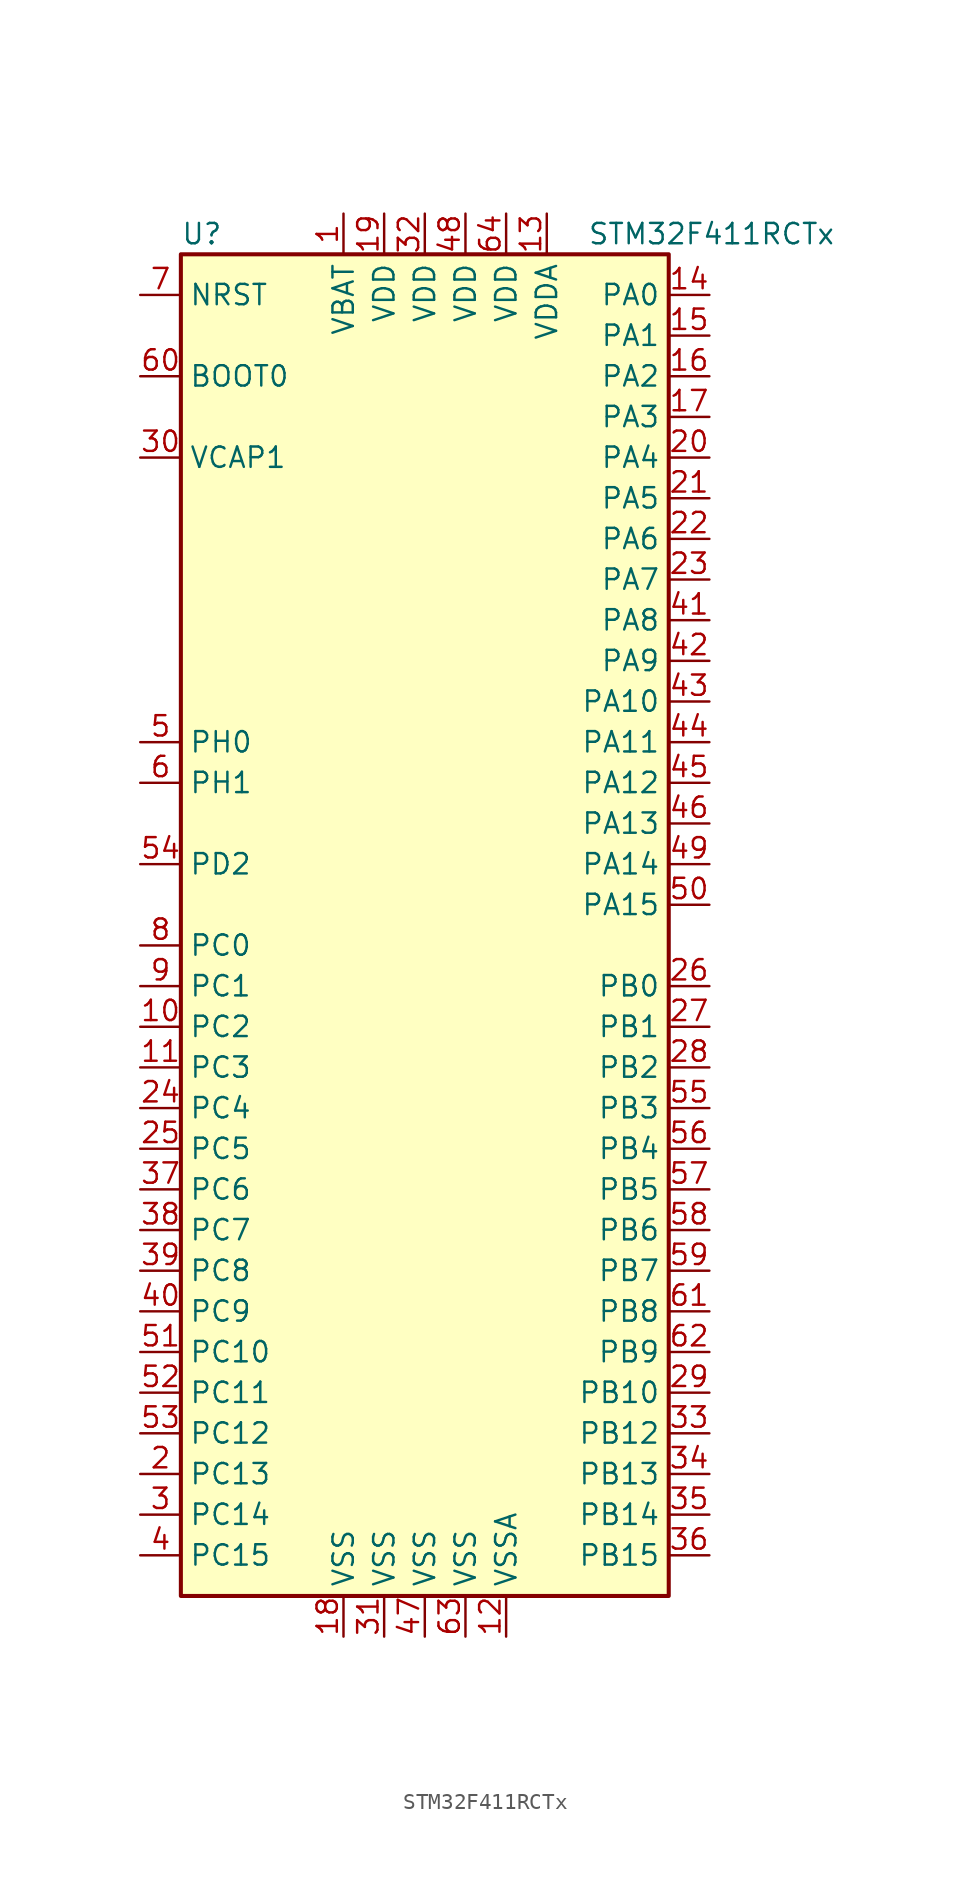
<source format=kicad_sym>
(kicad_symbol_lib
  (version 20211014)
  (generator kicad_symbol_editor)
  (symbol "STM32F411RCTx"
    (property "Reference" "U"
      (at -15.24 41.91 0)
      (effects (font (size 1.27 1.27)) (justify left)))
    (property "Value" "STM32F411RCTx"
      (at 10.16 41.91 0)
      (effects (font (size 1.27 1.27)) (justify left)))
    (symbol "STM32F411RCTx_0_1"
      (rectangle (start -15.24 -43.18) (end 15.24 40.64) (stroke (width 0.254) (type default) (color 0 0 0 0)) (fill (type background))))
    (symbol "STM32F411RCTx_1_1"
      (pin power_in line (at -5.08 43.18 270) (length 2.54) (name "VBAT" (effects (font (size 1.27 1.27)))) (number "1" (effects (font (size 1.27 1.27)))))
      (pin bidirectional line (at -17.78 -7.62 0) (length 2.54) (name "PC2" (effects (font (size 1.27 1.27)))) (number "10" (effects (font (size 1.27 1.27)))))
      (pin bidirectional line (at -17.78 -10.16 0) (length 2.54) (name "PC3" (effects (font (size 1.27 1.27)))) (number "11" (effects (font (size 1.27 1.27)))))
      (pin power_in line (at 5.08 -45.72 90) (length 2.54) (name "VSSA" (effects (font (size 1.27 1.27)))) (number "12" (effects (font (size 1.27 1.27)))))
      (pin power_in line (at 7.62 43.18 270) (length 2.54) (name "VDDA" (effects (font (size 1.27 1.27)))) (number "13" (effects (font (size 1.27 1.27)))))
      (pin bidirectional line (at 17.78 38.1 180) (length 2.54) (name "PA0" (effects (font (size 1.27 1.27)))) (number "14" (effects (font (size 1.27 1.27)))))
      (pin bidirectional line (at 17.78 35.56 180) (length 2.54) (name "PA1" (effects (font (size 1.27 1.27)))) (number "15" (effects (font (size 1.27 1.27)))))
      (pin bidirectional line (at 17.78 33.02 180) (length 2.54) (name "PA2" (effects (font (size 1.27 1.27)))) (number "16" (effects (font (size 1.27 1.27)))))
      (pin bidirectional line (at 17.78 30.48 180) (length 2.54) (name "PA3" (effects (font (size 1.27 1.27)))) (number "17" (effects (font (size 1.27 1.27)))))
      (pin power_in line (at -5.08 -45.72 90) (length 2.54) (name "VSS" (effects (font (size 1.27 1.27)))) (number "18" (effects (font (size 1.27 1.27)))))
      (pin power_in line (at -2.54 43.18 270) (length 2.54) (name "VDD" (effects (font (size 1.27 1.27)))) (number "19" (effects (font (size 1.27 1.27)))))
      (pin bidirectional line (at -17.78 -35.56 0) (length 2.54) (name "PC13" (effects (font (size 1.27 1.27)))) (number "2" (effects (font (size 1.27 1.27)))))
      (pin bidirectional line (at 17.78 27.94 180) (length 2.54) (name "PA4" (effects (font (size 1.27 1.27)))) (number "20" (effects (font (size 1.27 1.27)))))
      (pin bidirectional line (at 17.78 25.4 180) (length 2.54) (name "PA5" (effects (font (size 1.27 1.27)))) (number "21" (effects (font (size 1.27 1.27)))))
      (pin bidirectional line (at 17.78 22.86 180) (length 2.54) (name "PA6" (effects (font (size 1.27 1.27)))) (number "22" (effects (font (size 1.27 1.27)))))
      (pin bidirectional line (at 17.78 20.32 180) (length 2.54) (name "PA7" (effects (font (size 1.27 1.27)))) (number "23" (effects (font (size 1.27 1.27)))))
      (pin bidirectional line (at -17.78 -12.7 0) (length 2.54) (name "PC4" (effects (font (size 1.27 1.27)))) (number "24" (effects (font (size 1.27 1.27)))))
      (pin bidirectional line (at -17.78 -15.24 0) (length 2.54) (name "PC5" (effects (font (size 1.27 1.27)))) (number "25" (effects (font (size 1.27 1.27)))))
      (pin bidirectional line (at 17.78 -5.08 180) (length 2.54) (name "PB0" (effects (font (size 1.27 1.27)))) (number "26" (effects (font (size 1.27 1.27)))))
      (pin bidirectional line (at 17.78 -7.62 180) (length 2.54) (name "PB1" (effects (font (size 1.27 1.27)))) (number "27" (effects (font (size 1.27 1.27)))))
      (pin bidirectional line (at 17.78 -10.16 180) (length 2.54) (name "PB2" (effects (font (size 1.27 1.27)))) (number "28" (effects (font (size 1.27 1.27)))))
      (pin bidirectional line (at 17.78 -30.48 180) (length 2.54) (name "PB10" (effects (font (size 1.27 1.27)))) (number "29" (effects (font (size 1.27 1.27)))))
      (pin bidirectional line (at -17.78 -38.1 0) (length 2.54) (name "PC14" (effects (font (size 1.27 1.27)))) (number "3" (effects (font (size 1.27 1.27)))))
      (pin power_in line (at -17.78 27.94 0) (length 2.54) (name "VCAP1" (effects (font (size 1.27 1.27)))) (number "30" (effects (font (size 1.27 1.27)))))
      (pin power_in line (at -2.54 -45.72 90) (length 2.54) (name "VSS" (effects (font (size 1.27 1.27)))) (number "31" (effects (font (size 1.27 1.27)))))
      (pin power_in line (at 0 43.18 270) (length 2.54) (name "VDD" (effects (font (size 1.27 1.27)))) (number "32" (effects (font (size 1.27 1.27)))))
      (pin bidirectional line (at 17.78 -33.02 180) (length 2.54) (name "PB12" (effects (font (size 1.27 1.27)))) (number "33" (effects (font (size 1.27 1.27)))))
      (pin bidirectional line (at 17.78 -35.56 180) (length 2.54) (name "PB13" (effects (font (size 1.27 1.27)))) (number "34" (effects (font (size 1.27 1.27)))))
      (pin bidirectional line (at 17.78 -38.1 180) (length 2.54) (name "PB14" (effects (font (size 1.27 1.27)))) (number "35" (effects (font (size 1.27 1.27)))))
      (pin bidirectional line (at 17.78 -40.64 180) (length 2.54) (name "PB15" (effects (font (size 1.27 1.27)))) (number "36" (effects (font (size 1.27 1.27)))))
      (pin bidirectional line (at -17.78 -17.78 0) (length 2.54) (name "PC6" (effects (font (size 1.27 1.27)))) (number "37" (effects (font (size 1.27 1.27)))))
      (pin bidirectional line (at -17.78 -20.32 0) (length 2.54) (name "PC7" (effects (font (size 1.27 1.27)))) (number "38" (effects (font (size 1.27 1.27)))))
      (pin bidirectional line (at -17.78 -22.86 0) (length 2.54) (name "PC8" (effects (font (size 1.27 1.27)))) (number "39" (effects (font (size 1.27 1.27)))))
      (pin bidirectional line (at -17.78 -40.64 0) (length 2.54) (name "PC15" (effects (font (size 1.27 1.27)))) (number "4" (effects (font (size 1.27 1.27)))))
      (pin bidirectional line (at -17.78 -25.4 0) (length 2.54) (name "PC9" (effects (font (size 1.27 1.27)))) (number "40" (effects (font (size 1.27 1.27)))))
      (pin bidirectional line (at 17.78 17.78 180) (length 2.54) (name "PA8" (effects (font (size 1.27 1.27)))) (number "41" (effects (font (size 1.27 1.27)))))
      (pin bidirectional line (at 17.78 15.24 180) (length 2.54) (name "PA9" (effects (font (size 1.27 1.27)))) (number "42" (effects (font (size 1.27 1.27)))))
      (pin bidirectional line (at 17.78 12.7 180) (length 2.54) (name "PA10" (effects (font (size 1.27 1.27)))) (number "43" (effects (font (size 1.27 1.27)))))
      (pin bidirectional line (at 17.78 10.16 180) (length 2.54) (name "PA11" (effects (font (size 1.27 1.27)))) (number "44" (effects (font (size 1.27 1.27)))))
      (pin bidirectional line (at 17.78 7.62 180) (length 2.54) (name "PA12" (effects (font (size 1.27 1.27)))) (number "45" (effects (font (size 1.27 1.27)))))
      (pin bidirectional line (at 17.78 5.08 180) (length 2.54) (name "PA13" (effects (font (size 1.27 1.27)))) (number "46" (effects (font (size 1.27 1.27)))))
      (pin power_in line (at 0 -45.72 90) (length 2.54) (name "VSS" (effects (font (size 1.27 1.27)))) (number "47" (effects (font (size 1.27 1.27)))))
      (pin power_in line (at 2.54 43.18 270) (length 2.54) (name "VDD" (effects (font (size 1.27 1.27)))) (number "48" (effects (font (size 1.27 1.27)))))
      (pin bidirectional line (at 17.78 2.54 180) (length 2.54) (name "PA14" (effects (font (size 1.27 1.27)))) (number "49" (effects (font (size 1.27 1.27)))))
      (pin input line (at -17.78 10.16 0) (length 2.54) (name "PH0" (effects (font (size 1.27 1.27)))) (number "5" (effects (font (size 1.27 1.27)))))
      (pin bidirectional line (at 17.78 0 180) (length 2.54) (name "PA15" (effects (font (size 1.27 1.27)))) (number "50" (effects (font (size 1.27 1.27)))))
      (pin bidirectional line (at -17.78 -27.94 0) (length 2.54) (name "PC10" (effects (font (size 1.27 1.27)))) (number "51" (effects (font (size 1.27 1.27)))))
      (pin bidirectional line (at -17.78 -30.48 0) (length 2.54) (name "PC11" (effects (font (size 1.27 1.27)))) (number "52" (effects (font (size 1.27 1.27)))))
      (pin bidirectional line (at -17.78 -33.02 0) (length 2.54) (name "PC12" (effects (font (size 1.27 1.27)))) (number "53" (effects (font (size 1.27 1.27)))))
      (pin bidirectional line (at -17.78 2.54 0) (length 2.54) (name "PD2" (effects (font (size 1.27 1.27)))) (number "54" (effects (font (size 1.27 1.27)))))
      (pin bidirectional line (at 17.78 -12.7 180) (length 2.54) (name "PB3" (effects (font (size 1.27 1.27)))) (number "55" (effects (font (size 1.27 1.27)))))
      (pin bidirectional line (at 17.78 -15.24 180) (length 2.54) (name "PB4" (effects (font (size 1.27 1.27)))) (number "56" (effects (font (size 1.27 1.27)))))
      (pin bidirectional line (at 17.78 -17.78 180) (length 2.54) (name "PB5" (effects (font (size 1.27 1.27)))) (number "57" (effects (font (size 1.27 1.27)))))
      (pin bidirectional line (at 17.78 -20.32 180) (length 2.54) (name "PB6" (effects (font (size 1.27 1.27)))) (number "58" (effects (font (size 1.27 1.27)))))
      (pin bidirectional line (at 17.78 -22.86 180) (length 2.54) (name "PB7" (effects (font (size 1.27 1.27)))) (number "59" (effects (font (size 1.27 1.27)))))
      (pin input line (at -17.78 7.62 0) (length 2.54) (name "PH1" (effects (font (size 1.27 1.27)))) (number "6" (effects (font (size 1.27 1.27)))))
      (pin input line (at -17.78 33.02 0) (length 2.54) (name "BOOT0" (effects (font (size 1.27 1.27)))) (number "60" (effects (font (size 1.27 1.27)))))
      (pin bidirectional line (at 17.78 -25.4 180) (length 2.54) (name "PB8" (effects (font (size 1.27 1.27)))) (number "61" (effects (font (size 1.27 1.27)))))
      (pin bidirectional line (at 17.78 -27.94 180) (length 2.54) (name "PB9" (effects (font (size 1.27 1.27)))) (number "62" (effects (font (size 1.27 1.27)))))
      (pin power_in line (at 2.54 -45.72 90) (length 2.54) (name "VSS" (effects (font (size 1.27 1.27)))) (number "63" (effects (font (size 1.27 1.27)))))
      (pin power_in line (at 5.08 43.18 270) (length 2.54) (name "VDD" (effects (font (size 1.27 1.27)))) (number "64" (effects (font (size 1.27 1.27)))))
      (pin input line (at -17.78 38.1 0) (length 2.54) (name "NRST" (effects (font (size 1.27 1.27)))) (number "7" (effects (font (size 1.27 1.27)))))
      (pin bidirectional line (at -17.78 -2.54 0) (length 2.54) (name "PC0" (effects (font (size 1.27 1.27)))) (number "8" (effects (font (size 1.27 1.27)))))
      (pin bidirectional line (at -17.78 -5.08 0) (length 2.54) (name "PC1" (effects (font (size 1.27 1.27)))) (number "9" (effects (font (size 1.27 1.27))))))))
</source>
